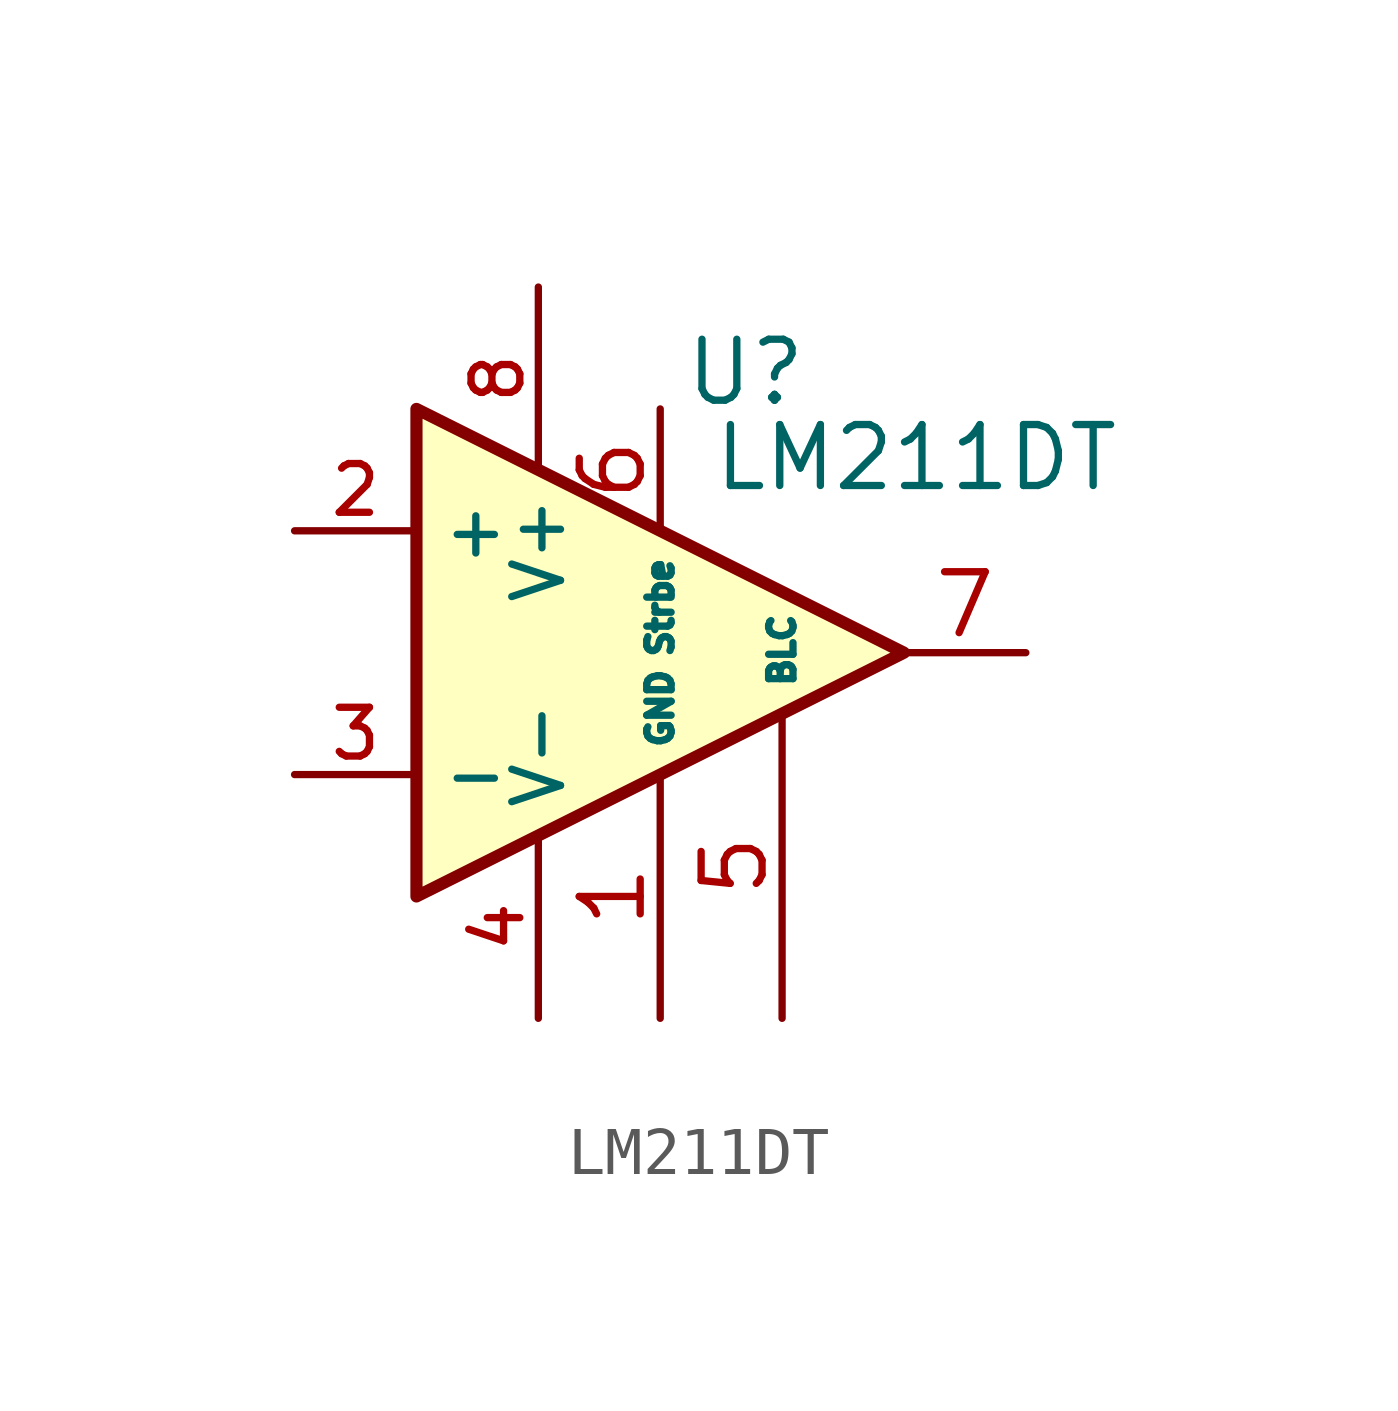
<source format=kicad_sym>
(kicad_symbol_lib
  (version 20241209)
  (generator "kicad_symbol_editor")
  (generator_version "9.0")
  (symbol "LM211DT"
    (property "Reference" "U"
      (at 4.318 5.842 0)
      (effects (font (size 1.27 1.27))))
    (property "Value" "LM211DT"
      (at 7.874 4.064 0)
      (effects (font (size 1.27 1.27))))
    (symbol "LM211DT_0_1"
      (polyline (pts (xy -2.54 5.08) (xy 7.62 0) (xy -2.54 -5.08) (xy -2.54 5.08)) (stroke (width 0.254) (type default)) (fill (type background))))
    (symbol "LM211DT_1_1"
      (pin input line (at -5.08 2.54 0) (length 2.54) (name "+" (effects (font (size 1.016 1.016)))) (number "2" (effects (font (size 1.016 1.016)))))
      (pin input line (at -5.08 -2.54 0) (length 2.54) (name "-" (effects (font (size 1.016 1.016)))) (number "3" (effects (font (size 1.016 1.016)))))
      (pin power_in line (at 0 7.62 270) (length 3.81) (name "V+" (effects (font (size 1.016 1.016)))) (number "8" (effects (font (size 1.016 1.016)))))
      (pin power_in line (at 0 -7.62 90) (length 3.81) (name "V-" (effects (font (size 1.016 1.016)))) (number "4" (effects (font (size 1.016 1.016)))))
      (pin passive line (at 2.54 5.08 270) (length 2.54) (name "Strbe" (effects (font (size 0.508 0.508)))) (number "6" (effects (font (size 1.27 1.27)))))
      (pin input line (at 2.54 -7.62 90) (length 5.08) (name "GND" (effects (font (size 0.508 0.508)))) (number "1" (effects (font (size 1.27 1.27)))))
      (pin input line (at 5.08 -7.62 90) (length 6.35) (name "BLC" (effects (font (size 0.508 0.508)))) (number "5" (effects (font (size 1.27 1.27)))))
      (pin output line (at 10.16 0 180) (length 2.54) (name "~" (effects (font (size 1.27 1.27)))) (number "7" (effects (font (size 1.27 1.27))))))))
</source>
